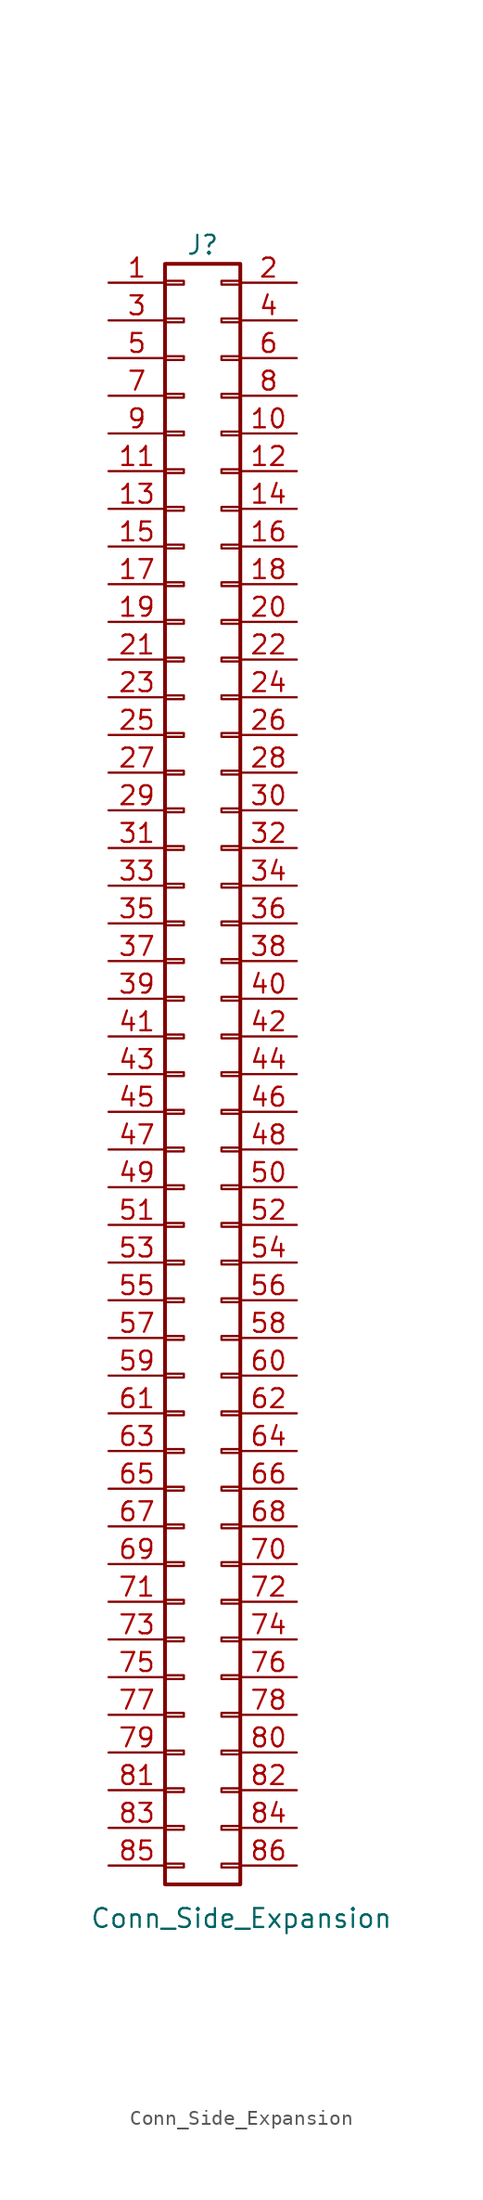
<source format=kicad_sym>
(kicad_symbol_lib
  (version 20241209)
  (generator "kicad_symbol_editor")
  (generator_version "9.0")
  (symbol "Conn_Side_Expansion"
    (pin_names
      (offset 1.016)
      (hide yes))
    (property "Reference" "J"
      (at 1.27 50.8 0)
      (effects (font (size 1.27 1.27))))
    (property "Value" "Conn_Side_Expansion"
      (at -6.35 -61.976 0)
      (effects (font (size 1.27 1.27)) (justify left)))
    (symbol "Conn_Side_Expansion_1_1"
      (rectangle (start -1.27 49.53) (end 3.81 -59.69) (stroke (width 0.254) (type solid)) (fill (type none)))
      (rectangle (start -1.27 48.387) (end 0 48.133) (stroke (width 0.152) (type default)) (fill (type none)))
      (rectangle (start -1.27 45.847) (end 0 45.593) (stroke (width 0.152) (type default)) (fill (type none)))
      (rectangle (start -1.27 43.307) (end 0 43.053) (stroke (width 0.152) (type default)) (fill (type none)))
      (rectangle (start -1.27 40.767) (end 0 40.513) (stroke (width 0.152) (type default)) (fill (type none)))
      (rectangle (start -1.27 38.227) (end 0 37.973) (stroke (width 0.152) (type default)) (fill (type none)))
      (rectangle (start -1.27 35.687) (end 0 35.433) (stroke (width 0.152) (type default)) (fill (type none)))
      (rectangle (start -1.27 33.147) (end 0 32.893) (stroke (width 0.152) (type default)) (fill (type none)))
      (rectangle (start -1.27 30.607) (end 0 30.353) (stroke (width 0.152) (type default)) (fill (type none)))
      (rectangle (start -1.27 28.067) (end 0 27.813) (stroke (width 0.152) (type default)) (fill (type none)))
      (rectangle (start -1.27 25.527) (end 0 25.273) (stroke (width 0.152) (type default)) (fill (type none)))
      (rectangle (start -1.27 22.987) (end 0 22.733) (stroke (width 0.152) (type default)) (fill (type none)))
      (rectangle (start -1.27 20.447) (end 0 20.193) (stroke (width 0.152) (type default)) (fill (type none)))
      (rectangle (start -1.27 17.907) (end 0 17.653) (stroke (width 0.152) (type default)) (fill (type none)))
      (rectangle (start -1.27 15.367) (end 0 15.113) (stroke (width 0.152) (type default)) (fill (type none)))
      (rectangle (start -1.27 12.827) (end 0 12.573) (stroke (width 0.152) (type default)) (fill (type none)))
      (rectangle (start -1.27 10.287) (end 0 10.033) (stroke (width 0.152) (type default)) (fill (type none)))
      (rectangle (start -1.27 7.747) (end 0 7.493) (stroke (width 0.152) (type default)) (fill (type none)))
      (rectangle (start -1.27 5.207) (end 0 4.953) (stroke (width 0.152) (type default)) (fill (type none)))
      (rectangle (start -1.27 2.667) (end 0 2.413) (stroke (width 0.152) (type default)) (fill (type none)))
      (rectangle (start -1.27 0.127) (end 0 -0.127) (stroke (width 0.152) (type default)) (fill (type none)))
      (rectangle (start -1.27 -2.413) (end 0 -2.667) (stroke (width 0.152) (type default)) (fill (type none)))
      (rectangle (start -1.27 -4.953) (end 0 -5.207) (stroke (width 0.152) (type default)) (fill (type none)))
      (rectangle (start -1.27 -7.493) (end 0 -7.747) (stroke (width 0.152) (type default)) (fill (type none)))
      (rectangle (start -1.27 -10.033) (end 0 -10.287) (stroke (width 0.152) (type default)) (fill (type none)))
      (rectangle (start -1.27 -12.573) (end 0 -12.827) (stroke (width 0.152) (type default)) (fill (type none)))
      (rectangle (start -1.27 -15.113) (end 0 -15.367) (stroke (width 0.152) (type default)) (fill (type none)))
      (rectangle (start -1.27 -17.653) (end 0 -17.907) (stroke (width 0.152) (type default)) (fill (type none)))
      (rectangle (start -1.27 -20.193) (end 0 -20.447) (stroke (width 0.152) (type default)) (fill (type none)))
      (rectangle (start -1.27 -22.733) (end 0 -22.987) (stroke (width 0.152) (type default)) (fill (type none)))
      (rectangle (start -1.27 -25.273) (end 0 -25.527) (stroke (width 0.152) (type default)) (fill (type none)))
      (rectangle (start -1.27 -27.813) (end 0 -28.067) (stroke (width 0.152) (type default)) (fill (type none)))
      (rectangle (start -1.27 -30.353) (end 0 -30.607) (stroke (width 0.152) (type default)) (fill (type none)))
      (rectangle (start -1.27 -32.893) (end 0 -33.147) (stroke (width 0.152) (type default)) (fill (type none)))
      (rectangle (start -1.27 -35.433) (end 0 -35.687) (stroke (width 0.152) (type default)) (fill (type none)))
      (rectangle (start -1.27 -37.973) (end 0 -38.227) (stroke (width 0.152) (type default)) (fill (type none)))
      (rectangle (start -1.27 -40.513) (end 0 -40.767) (stroke (width 0.152) (type default)) (fill (type none)))
      (rectangle (start -1.27 -43.053) (end 0 -43.307) (stroke (width 0.152) (type default)) (fill (type none)))
      (rectangle (start -1.27 -45.593) (end 0 -45.847) (stroke (width 0.152) (type default)) (fill (type none)))
      (rectangle (start -1.27 -48.133) (end 0 -48.387) (stroke (width 0.152) (type default)) (fill (type none)))
      (rectangle (start -1.27 -50.673) (end 0 -50.927) (stroke (width 0.152) (type default)) (fill (type none)))
      (rectangle (start -1.27 -53.213) (end 0 -53.467) (stroke (width 0.152) (type default)) (fill (type none)))
      (rectangle (start -1.27 -55.753) (end 0 -56.007) (stroke (width 0.152) (type default)) (fill (type none)))
      (rectangle (start -1.27 -58.293) (end 0 -58.547) (stroke (width 0.152) (type default)) (fill (type none)))
      (rectangle (start 2.54 -50.673) (end 3.81 -50.927) (stroke (width 0.152) (type default)) (fill (type none)))
      (rectangle (start 2.54 -53.213) (end 3.81 -53.467) (stroke (width 0.152) (type default)) (fill (type none)))
      (rectangle (start 2.54 -55.753) (end 3.81 -56.007) (stroke (width 0.152) (type default)) (fill (type none)))
      (rectangle (start 2.54 -58.293) (end 3.81 -58.547) (stroke (width 0.152) (type default)) (fill (type none)))
      (rectangle (start 3.81 48.387) (end 2.54 48.133) (stroke (width 0.152) (type default)) (fill (type none)))
      (rectangle (start 3.81 45.847) (end 2.54 45.593) (stroke (width 0.152) (type default)) (fill (type none)))
      (rectangle (start 3.81 43.307) (end 2.54 43.053) (stroke (width 0.152) (type default)) (fill (type none)))
      (rectangle (start 3.81 40.767) (end 2.54 40.513) (stroke (width 0.152) (type default)) (fill (type none)))
      (rectangle (start 3.81 38.227) (end 2.54 37.973) (stroke (width 0.152) (type default)) (fill (type none)))
      (rectangle (start 3.81 35.687) (end 2.54 35.433) (stroke (width 0.152) (type default)) (fill (type none)))
      (rectangle (start 3.81 33.147) (end 2.54 32.893) (stroke (width 0.152) (type default)) (fill (type none)))
      (rectangle (start 3.81 30.607) (end 2.54 30.353) (stroke (width 0.152) (type default)) (fill (type none)))
      (rectangle (start 3.81 28.067) (end 2.54 27.813) (stroke (width 0.152) (type default)) (fill (type none)))
      (rectangle (start 3.81 25.527) (end 2.54 25.273) (stroke (width 0.152) (type default)) (fill (type none)))
      (rectangle (start 3.81 22.987) (end 2.54 22.733) (stroke (width 0.152) (type default)) (fill (type none)))
      (rectangle (start 3.81 20.447) (end 2.54 20.193) (stroke (width 0.152) (type default)) (fill (type none)))
      (rectangle (start 3.81 17.907) (end 2.54 17.653) (stroke (width 0.152) (type default)) (fill (type none)))
      (rectangle (start 3.81 15.367) (end 2.54 15.113) (stroke (width 0.152) (type default)) (fill (type none)))
      (rectangle (start 3.81 12.827) (end 2.54 12.573) (stroke (width 0.152) (type default)) (fill (type none)))
      (rectangle (start 3.81 10.287) (end 2.54 10.033) (stroke (width 0.152) (type default)) (fill (type none)))
      (rectangle (start 3.81 7.747) (end 2.54 7.493) (stroke (width 0.152) (type default)) (fill (type none)))
      (rectangle (start 3.81 5.207) (end 2.54 4.953) (stroke (width 0.152) (type default)) (fill (type none)))
      (rectangle (start 3.81 2.667) (end 2.54 2.413) (stroke (width 0.152) (type default)) (fill (type none)))
      (rectangle (start 3.81 0.127) (end 2.54 -0.127) (stroke (width 0.152) (type default)) (fill (type none)))
      (rectangle (start 3.81 -2.413) (end 2.54 -2.667) (stroke (width 0.152) (type default)) (fill (type none)))
      (rectangle (start 3.81 -4.953) (end 2.54 -5.207) (stroke (width 0.152) (type default)) (fill (type none)))
      (rectangle (start 3.81 -7.493) (end 2.54 -7.747) (stroke (width 0.152) (type default)) (fill (type none)))
      (rectangle (start 3.81 -10.033) (end 2.54 -10.287) (stroke (width 0.152) (type default)) (fill (type none)))
      (rectangle (start 3.81 -12.573) (end 2.54 -12.827) (stroke (width 0.152) (type default)) (fill (type none)))
      (rectangle (start 3.81 -15.113) (end 2.54 -15.367) (stroke (width 0.152) (type default)) (fill (type none)))
      (rectangle (start 3.81 -17.653) (end 2.54 -17.907) (stroke (width 0.152) (type default)) (fill (type none)))
      (rectangle (start 3.81 -20.193) (end 2.54 -20.447) (stroke (width 0.152) (type default)) (fill (type none)))
      (rectangle (start 3.81 -22.733) (end 2.54 -22.987) (stroke (width 0.152) (type default)) (fill (type none)))
      (rectangle (start 3.81 -25.273) (end 2.54 -25.527) (stroke (width 0.152) (type default)) (fill (type none)))
      (rectangle (start 3.81 -27.813) (end 2.54 -28.067) (stroke (width 0.152) (type default)) (fill (type none)))
      (rectangle (start 3.81 -30.353) (end 2.54 -30.607) (stroke (width 0.152) (type default)) (fill (type none)))
      (rectangle (start 3.81 -32.893) (end 2.54 -33.147) (stroke (width 0.152) (type default)) (fill (type none)))
      (rectangle (start 3.81 -35.433) (end 2.54 -35.687) (stroke (width 0.152) (type default)) (fill (type none)))
      (rectangle (start 3.81 -37.973) (end 2.54 -38.227) (stroke (width 0.152) (type default)) (fill (type none)))
      (rectangle (start 3.81 -40.513) (end 2.54 -40.767) (stroke (width 0.152) (type default)) (fill (type none)))
      (rectangle (start 3.81 -43.053) (end 2.54 -43.307) (stroke (width 0.152) (type default)) (fill (type none)))
      (rectangle (start 3.81 -45.593) (end 2.54 -45.847) (stroke (width 0.152) (type default)) (fill (type none)))
      (rectangle (start 3.81 -48.133) (end 2.54 -48.387) (stroke (width 0.152) (type default)) (fill (type none)))
      (pin passive line (at -5.08 48.26 0) (length 3.81) (name "GND" (effects (font (size 1.27 1.27)))) (number "1" (effects (font (size 1.27 1.27)))))
      (pin passive line (at -5.08 45.72 0) (length 3.81) (name "GND" (effects (font (size 1.27 1.27)))) (number "3" (effects (font (size 1.27 1.27)))))
      (pin passive line (at -5.08 43.18 0) (length 3.81) (name "+5V" (effects (font (size 1.27 1.27)))) (number "5" (effects (font (size 1.27 1.27)))) (alternate "VCC" passive line))
      (pin passive line (at -5.08 40.64 0) (length 3.81) (name "7MHz_or_NC" (effects (font (size 1.27 1.27)))) (number "7" (effects (font (size 1.27 1.27)))))
      (pin passive line (at -5.08 38.1 0) (length 3.81) (name "NC" (effects (font (size 1.27 1.27)))) (number "9" (effects (font (size 1.27 1.27)))))
      (pin passive line (at -5.08 35.56 0) (length 3.81) (name "NC" (effects (font (size 1.27 1.27)))) (number "11" (effects (font (size 1.27 1.27)))))
      (pin passive line (at -5.08 33.02 0) (length 3.81) (name "GND" (effects (font (size 1.27 1.27)))) (number "13" (effects (font (size 1.27 1.27)))))
      (pin passive line (at -5.08 30.48 0) (length 3.81) (name "_CCK" (effects (font (size 1.27 1.27)))) (number "15" (effects (font (size 1.27 1.27)))))
      (pin passive line (at -5.08 27.94 0) (length 3.81) (name "CDAC" (effects (font (size 1.27 1.27)))) (number "17" (effects (font (size 1.27 1.27)))))
      (pin passive line (at -5.08 25.4 0) (length 3.81) (name "_INT2" (effects (font (size 1.27 1.27)))) (number "19" (effects (font (size 1.27 1.27)))))
      (pin passive line (at -5.08 22.86 0) (length 3.81) (name "A5" (effects (font (size 1.27 1.27)))) (number "21" (effects (font (size 1.27 1.27)))))
      (pin passive line (at -5.08 20.32 0) (length 3.81) (name "A6" (effects (font (size 1.27 1.27)))) (number "23" (effects (font (size 1.27 1.27)))))
      (pin passive line (at -5.08 17.78 0) (length 3.81) (name "GND" (effects (font (size 1.27 1.27)))) (number "25" (effects (font (size 1.27 1.27)))))
      (pin passive line (at -5.08 15.24 0) (length 3.81) (name "A2" (effects (font (size 1.27 1.27)))) (number "27" (effects (font (size 1.27 1.27)))))
      (pin passive line (at -5.08 12.7 0) (length 3.81) (name "A1" (effects (font (size 1.27 1.27)))) (number "29" (effects (font (size 1.27 1.27)))))
      (pin passive line (at -5.08 10.16 0) (length 3.81) (name "FC0" (effects (font (size 1.27 1.27)))) (number "31" (effects (font (size 1.27 1.27)))))
      (pin passive line (at -5.08 7.62 0) (length 3.81) (name "FC1" (effects (font (size 1.27 1.27)))) (number "33" (effects (font (size 1.27 1.27)))))
      (pin passive line (at -5.08 5.08 0) (length 3.81) (name "FC2" (effects (font (size 1.27 1.27)))) (number "35" (effects (font (size 1.27 1.27)))))
      (pin passive line (at -5.08 2.54 0) (length 3.81) (name "GND" (effects (font (size 1.27 1.27)))) (number "37" (effects (font (size 1.27 1.27)))))
      (pin passive line (at -5.08 0 0) (length 3.81) (name "A13" (effects (font (size 1.27 1.27)))) (number "39" (effects (font (size 1.27 1.27)))))
      (pin passive line (at -5.08 -2.54 0) (length 3.81) (name "A14" (effects (font (size 1.27 1.27)))) (number "41" (effects (font (size 1.27 1.27)))))
      (pin passive line (at -5.08 -5.08 0) (length 3.81) (name "A15" (effects (font (size 1.27 1.27)))) (number "43" (effects (font (size 1.27 1.27)))))
      (pin passive line (at -5.08 -7.62 0) (length 3.81) (name "A16" (effects (font (size 1.27 1.27)))) (number "45" (effects (font (size 1.27 1.27)))))
      (pin passive line (at -5.08 -10.16 0) (length 3.81) (name "A17" (effects (font (size 1.27 1.27)))) (number "47" (effects (font (size 1.27 1.27)))))
      (pin passive line (at -5.08 -12.7 0) (length 3.81) (name "GND" (effects (font (size 1.27 1.27)))) (number "49" (effects (font (size 1.27 1.27)))))
      (pin passive line (at -5.08 -15.24 0) (length 3.81) (name "_VMA" (effects (font (size 1.27 1.27)))) (number "51" (effects (font (size 1.27 1.27)))))
      (pin passive line (at -5.08 -17.78 0) (length 3.81) (name "_RST" (effects (font (size 1.27 1.27)))) (number "53" (effects (font (size 1.27 1.27)))))
      (pin passive line (at -5.08 -20.32 0) (length 3.81) (name "_HLT" (effects (font (size 1.27 1.27)))) (number "55" (effects (font (size 1.27 1.27)))))
      (pin passive line (at -5.08 -22.86 0) (length 3.81) (name "A21" (effects (font (size 1.27 1.27)))) (number "57" (effects (font (size 1.27 1.27)))))
      (pin passive line (at -5.08 -25.4 0) (length 3.81) (name "A23" (effects (font (size 1.27 1.27)))) (number "59" (effects (font (size 1.27 1.27)))))
      (pin passive line (at -5.08 -27.94 0) (length 3.81) (name "GND" (effects (font (size 1.27 1.27)))) (number "61" (effects (font (size 1.27 1.27)))))
      (pin passive line (at -5.08 -30.48 0) (length 3.81) (name "PD15" (effects (font (size 1.27 1.27)))) (number "63" (effects (font (size 1.27 1.27)))))
      (pin passive line (at -5.08 -33.02 0) (length 3.81) (name "PD14" (effects (font (size 1.27 1.27)))) (number "65" (effects (font (size 1.27 1.27)))))
      (pin passive line (at -5.08 -35.56 0) (length 3.81) (name "PD13" (effects (font (size 1.27 1.27)))) (number "67" (effects (font (size 1.27 1.27)))))
      (pin passive line (at -5.08 -38.1 0) (length 3.81) (name "PD12" (effects (font (size 1.27 1.27)))) (number "69" (effects (font (size 1.27 1.27)))))
      (pin passive line (at -5.08 -40.64 0) (length 3.81) (name "PD11" (effects (font (size 1.27 1.27)))) (number "71" (effects (font (size 1.27 1.27)))))
      (pin passive line (at -5.08 -43.18 0) (length 3.81) (name "GND" (effects (font (size 1.27 1.27)))) (number "73" (effects (font (size 1.27 1.27)))))
      (pin passive line (at -5.08 -45.72 0) (length 3.81) (name "PD0" (effects (font (size 1.27 1.27)))) (number "75" (effects (font (size 1.27 1.27)))))
      (pin passive line (at -5.08 -48.26 0) (length 3.81) (name "PD1" (effects (font (size 1.27 1.27)))) (number "77" (effects (font (size 1.27 1.27)))))
      (pin passive line (at -5.08 -50.8 0) (length 3.81) (name "PD2" (effects (font (size 1.27 1.27)))) (number "79" (effects (font (size 1.27 1.27)))))
      (pin passive line (at -5.08 -53.34 0) (length 3.81) (name "PD3" (effects (font (size 1.27 1.27)))) (number "81" (effects (font (size 1.27 1.27)))))
      (pin passive line (at -5.08 -55.88 0) (length 3.81) (name "PD4" (effects (font (size 1.27 1.27)))) (number "83" (effects (font (size 1.27 1.27)))))
      (pin passive line (at -5.08 -58.42 0) (length 3.81) (name "GND" (effects (font (size 1.27 1.27)))) (number "85" (effects (font (size 1.27 1.27)))))
      (pin passive line (at 7.62 48.26 180) (length 3.81) (name "GND" (effects (font (size 1.27 1.27)))) (number "2" (effects (font (size 1.27 1.27)))))
      (pin passive line (at 7.62 45.72 180) (length 3.81) (name "GND" (effects (font (size 1.27 1.27)))) (number "4" (effects (font (size 1.27 1.27)))))
      (pin passive line (at 7.62 43.18 180) (length 3.81) (name "+5V" (effects (font (size 1.27 1.27)))) (number "6" (effects (font (size 1.27 1.27)))) (alternate "VCC" passive line))
      (pin passive line (at 7.62 40.64 180) (length 3.81) (name "-5V" (effects (font (size 1.27 1.27)))) (number "8" (effects (font (size 1.27 1.27)))))
      (pin passive line (at 7.62 38.1 180) (length 3.81) (name "+12V" (effects (font (size 1.27 1.27)))) (number "10" (effects (font (size 1.27 1.27)))))
      (pin passive line (at 7.62 35.56 180) (length 3.81) (name "GND" (effects (font (size 1.27 1.27)))) (number "12" (effects (font (size 1.27 1.27)))))
      (pin passive line (at 7.62 33.02 180) (length 3.81) (name "_CCKQ" (effects (font (size 1.27 1.27)))) (number "14" (effects (font (size 1.27 1.27)))))
      (pin passive line (at 7.62 30.48 180) (length 3.81) (name "XRDY" (effects (font (size 1.27 1.27)))) (number "16" (effects (font (size 1.27 1.27)))))
      (pin passive line (at 7.62 27.94 180) (length 3.81) (name "_OVR" (effects (font (size 1.27 1.27)))) (number "18" (effects (font (size 1.27 1.27)))))
      (pin passive line (at 7.62 25.4 180) (length 3.81) (name "NC" (effects (font (size 1.27 1.27)))) (number "20" (effects (font (size 1.27 1.27)))))
      (pin passive line (at 7.62 22.86 180) (length 3.81) (name "_INT6" (effects (font (size 1.27 1.27)))) (number "22" (effects (font (size 1.27 1.27)))))
      (pin passive line (at 7.62 20.32 180) (length 3.81) (name "A4" (effects (font (size 1.27 1.27)))) (number "24" (effects (font (size 1.27 1.27)))))
      (pin passive line (at 7.62 17.78 180) (length 3.81) (name "A3" (effects (font (size 1.27 1.27)))) (number "26" (effects (font (size 1.27 1.27)))))
      (pin passive line (at 7.62 15.24 180) (length 3.81) (name "A7" (effects (font (size 1.27 1.27)))) (number "28" (effects (font (size 1.27 1.27)))))
      (pin passive line (at 7.62 12.7 180) (length 3.81) (name "A8" (effects (font (size 1.27 1.27)))) (number "30" (effects (font (size 1.27 1.27)))))
      (pin passive line (at 7.62 10.16 180) (length 3.81) (name "A9" (effects (font (size 1.27 1.27)))) (number "32" (effects (font (size 1.27 1.27)))))
      (pin passive line (at 7.62 7.62 180) (length 3.81) (name "A10" (effects (font (size 1.27 1.27)))) (number "34" (effects (font (size 1.27 1.27)))))
      (pin passive line (at 7.62 5.08 180) (length 3.81) (name "A11" (effects (font (size 1.27 1.27)))) (number "36" (effects (font (size 1.27 1.27)))))
      (pin passive line (at 7.62 2.54 180) (length 3.81) (name "A12" (effects (font (size 1.27 1.27)))) (number "38" (effects (font (size 1.27 1.27)))))
      (pin passive line (at 7.62 0 180) (length 3.81) (name "_IPL0" (effects (font (size 1.27 1.27)))) (number "40" (effects (font (size 1.27 1.27)))))
      (pin passive line (at 7.62 -2.54 180) (length 3.81) (name "_IPL1" (effects (font (size 1.27 1.27)))) (number "42" (effects (font (size 1.27 1.27)))))
      (pin passive line (at 7.62 -5.08 180) (length 3.81) (name "_IPL2" (effects (font (size 1.27 1.27)))) (number "44" (effects (font (size 1.27 1.27)))))
      (pin passive line (at 7.62 -7.62 180) (length 3.81) (name "_Berr" (effects (font (size 1.27 1.27)))) (number "46" (effects (font (size 1.27 1.27)))))
      (pin passive line (at 7.62 -10.16 180) (length 3.81) (name "_VPA" (effects (font (size 1.27 1.27)))) (number "48" (effects (font (size 1.27 1.27)))))
      (pin passive line (at 7.62 -12.7 180) (length 3.81) (name "E" (effects (font (size 1.27 1.27)))) (number "50" (effects (font (size 1.27 1.27)))))
      (pin passive line (at 7.62 -15.24 180) (length 3.81) (name "A18" (effects (font (size 1.27 1.27)))) (number "52" (effects (font (size 1.27 1.27)))))
      (pin passive line (at 7.62 -17.78 180) (length 3.81) (name "A19" (effects (font (size 1.27 1.27)))) (number "54" (effects (font (size 1.27 1.27)))))
      (pin passive line (at 7.62 -20.32 180) (length 3.81) (name "A20" (effects (font (size 1.27 1.27)))) (number "56" (effects (font (size 1.27 1.27)))))
      (pin passive line (at 7.62 -22.86 180) (length 3.81) (name "A22" (effects (font (size 1.27 1.27)))) (number "58" (effects (font (size 1.27 1.27)))))
      (pin passive line (at 7.62 -25.4 180) (length 3.81) (name "_BR" (effects (font (size 1.27 1.27)))) (number "60" (effects (font (size 1.27 1.27)))))
      (pin passive line (at 7.62 -27.94 180) (length 3.81) (name "_BGACK" (effects (font (size 1.27 1.27)))) (number "62" (effects (font (size 1.27 1.27)))))
      (pin passive line (at 7.62 -30.48 180) (length 3.81) (name "_BG" (effects (font (size 1.27 1.27)))) (number "64" (effects (font (size 1.27 1.27)))))
      (pin passive line (at 7.62 -33.02 180) (length 3.81) (name "_DTACK" (effects (font (size 1.27 1.27)))) (number "66" (effects (font (size 1.27 1.27)))))
      (pin passive line (at 7.62 -35.56 180) (length 3.81) (name "R_W" (effects (font (size 1.27 1.27)))) (number "68" (effects (font (size 1.27 1.27)))))
      (pin passive line (at 7.62 -38.1 180) (length 3.81) (name "_LDS" (effects (font (size 1.27 1.27)))) (number "70" (effects (font (size 1.27 1.27)))))
      (pin passive line (at 7.62 -40.64 180) (length 3.81) (name "_UDS" (effects (font (size 1.27 1.27)))) (number "72" (effects (font (size 1.27 1.27)))))
      (pin passive line (at 7.62 -43.18 180) (length 3.81) (name "_AS" (effects (font (size 1.27 1.27)))) (number "74" (effects (font (size 1.27 1.27)))))
      (pin passive line (at 7.62 -45.72 180) (length 3.81) (name "PD10" (effects (font (size 1.27 1.27)))) (number "76" (effects (font (size 1.27 1.27)))))
      (pin passive line (at 7.62 -48.26 180) (length 3.81) (name "PD9" (effects (font (size 1.27 1.27)))) (number "78" (effects (font (size 1.27 1.27)))))
      (pin passive line (at 7.62 -50.8 180) (length 3.81) (name "PD8" (effects (font (size 1.27 1.27)))) (number "80" (effects (font (size 1.27 1.27)))))
      (pin passive line (at 7.62 -53.34 180) (length 3.81) (name "PD7" (effects (font (size 1.27 1.27)))) (number "82" (effects (font (size 1.27 1.27)))))
      (pin passive line (at 7.62 -55.88 180) (length 3.81) (name "PD6" (effects (font (size 1.27 1.27)))) (number "84" (effects (font (size 1.27 1.27)))))
      (pin passive line (at 7.62 -58.42 180) (length 3.81) (name "PD5" (effects (font (size 1.27 1.27)))) (number "86" (effects (font (size 1.27 1.27))))))))
</source>
